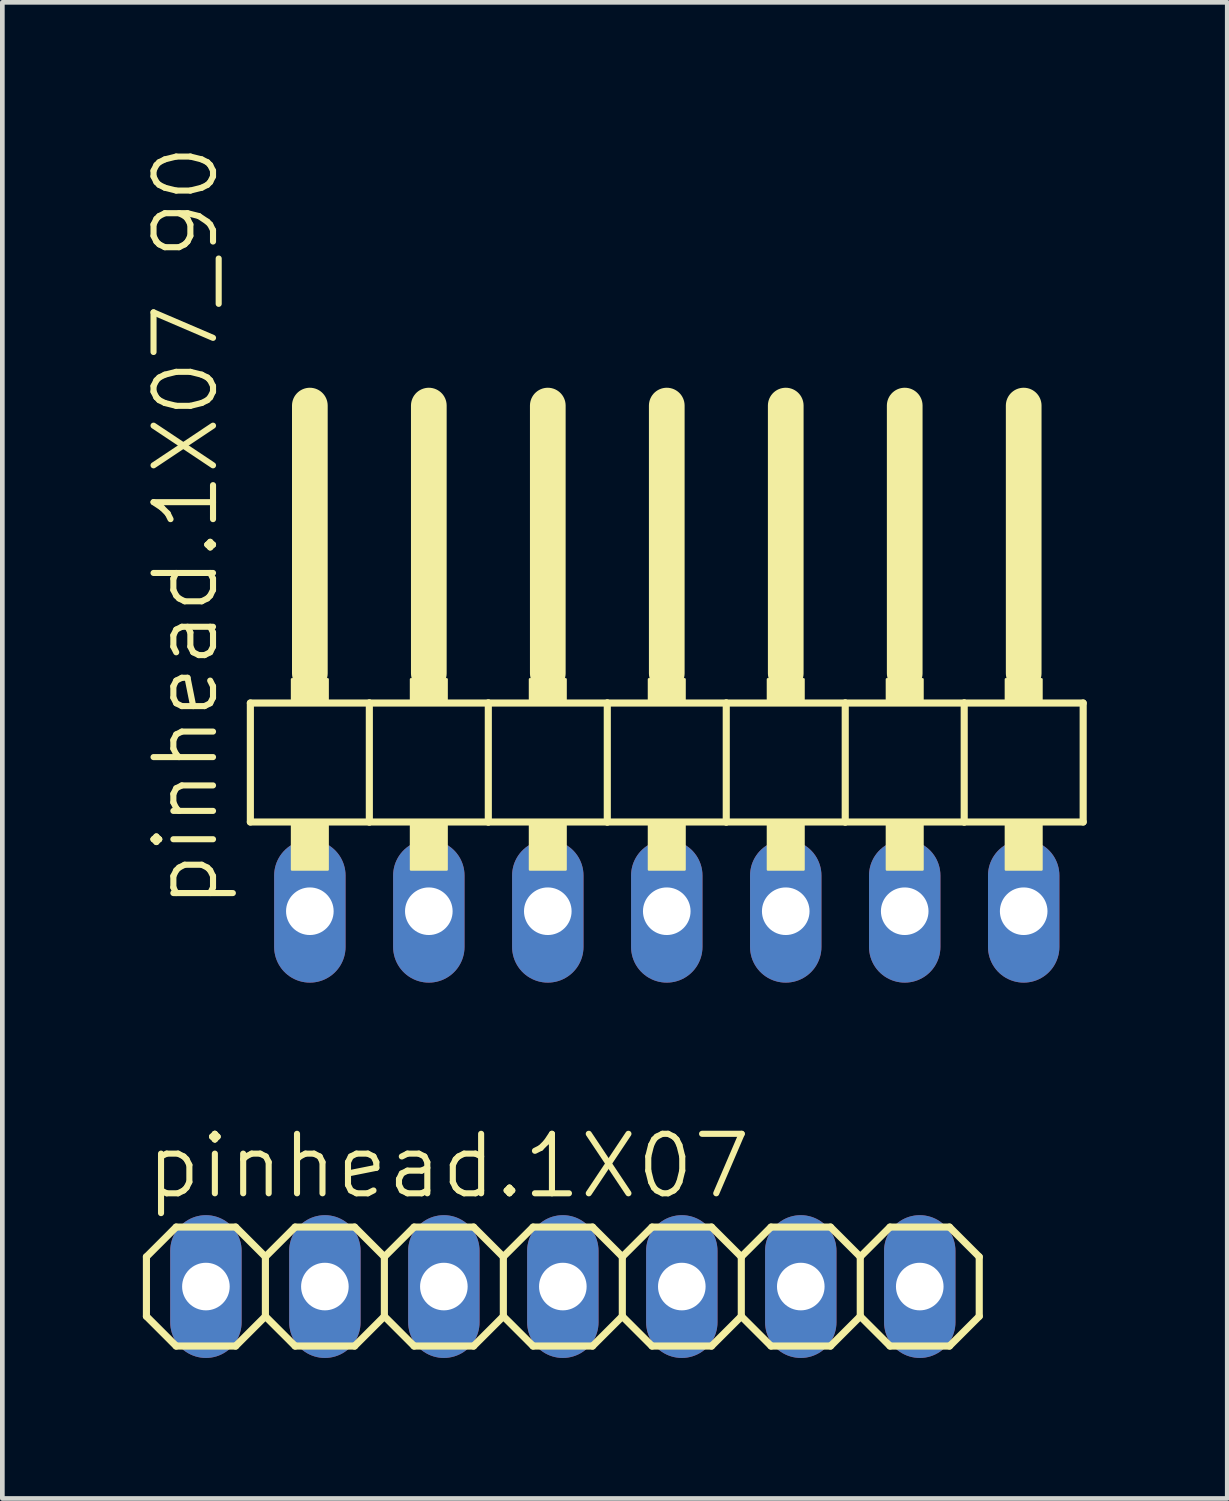
<source format=kicad_pcb>
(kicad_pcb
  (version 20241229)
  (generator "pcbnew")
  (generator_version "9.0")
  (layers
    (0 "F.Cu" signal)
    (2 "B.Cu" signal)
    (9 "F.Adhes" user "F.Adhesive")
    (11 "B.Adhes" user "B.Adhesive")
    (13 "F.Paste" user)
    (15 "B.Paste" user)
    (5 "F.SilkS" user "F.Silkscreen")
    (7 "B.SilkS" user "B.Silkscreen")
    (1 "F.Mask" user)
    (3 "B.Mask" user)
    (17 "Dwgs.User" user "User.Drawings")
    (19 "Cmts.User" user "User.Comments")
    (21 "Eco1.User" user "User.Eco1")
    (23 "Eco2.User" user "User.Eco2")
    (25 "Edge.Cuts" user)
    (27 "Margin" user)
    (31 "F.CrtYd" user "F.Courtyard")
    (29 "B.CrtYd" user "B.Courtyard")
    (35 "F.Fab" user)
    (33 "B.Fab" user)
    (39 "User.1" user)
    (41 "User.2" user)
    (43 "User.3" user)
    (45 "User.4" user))
  (footprint "pinhead.1X07_90"
    (layer "F.Cu")
    (at 11.185 12.594)
    (property "Reference" "pinhead.1X07_90" (at -9.525 3.81 90) (layer "F.SilkS") (effects (font (size 1.27 1.27) (thickness 0.13)) (justify left bottom)))
    (attr through_hole)
    (fp_line (start -8.89 -0.635) (end -8.89 1.905) (stroke (width 0.152) (type default)) (layer "F.SilkS"))
    (fp_line (start -8.89 1.905) (end -6.35 1.905) (stroke (width 0.152) (type default)) (layer "F.SilkS"))
    (fp_line (start -7.62 -6.985) (end -7.62 -1.27) (stroke (width 0.762) (type default)) (layer "F.SilkS"))
    (fp_line (start -6.35 -0.635) (end -8.89 -0.635) (stroke (width 0.152) (type default)) (layer "F.SilkS"))
    (fp_line (start -6.35 1.905) (end -6.35 -0.635) (stroke (width 0.152) (type default)) (layer "F.SilkS"))
    (fp_line (start -6.35 1.905) (end -3.81 1.905) (stroke (width 0.152) (type default)) (layer "F.SilkS"))
    (fp_line (start -5.08 -6.985) (end -5.08 -1.27) (stroke (width 0.762) (type default)) (layer "F.SilkS"))
    (fp_line (start -3.81 -0.635) (end -6.35 -0.635) (stroke (width 0.152) (type default)) (layer "F.SilkS"))
    (fp_line (start -3.81 1.905) (end -3.81 -0.635) (stroke (width 0.152) (type default)) (layer "F.SilkS"))
    (fp_line (start -3.81 1.905) (end -1.27 1.905) (stroke (width 0.152) (type default)) (layer "F.SilkS"))
    (fp_line (start -2.54 -6.985) (end -2.54 -1.27) (stroke (width 0.762) (type default)) (layer "F.SilkS"))
    (fp_line (start -1.27 -0.635) (end -3.81 -0.635) (stroke (width 0.152) (type default)) (layer "F.SilkS"))
    (fp_line (start -1.27 1.905) (end -1.27 -0.635) (stroke (width 0.152) (type default)) (layer "F.SilkS"))
    (fp_line (start -1.27 1.905) (end 1.27 1.905) (stroke (width 0.152) (type default)) (layer "F.SilkS"))
    (fp_line (start 0 -6.985) (end 0 -1.27) (stroke (width 0.762) (type default)) (layer "F.SilkS"))
    (fp_line (start 1.27 -0.635) (end -1.27 -0.635) (stroke (width 0.152) (type default)) (layer "F.SilkS"))
    (fp_line (start 1.27 1.905) (end 1.27 -0.635) (stroke (width 0.152) (type default)) (layer "F.SilkS"))
    (fp_line (start 1.27 1.905) (end 3.81 1.905) (stroke (width 0.152) (type default)) (layer "F.SilkS"))
    (fp_line (start 2.54 -6.985) (end 2.54 -1.27) (stroke (width 0.762) (type default)) (layer "F.SilkS"))
    (fp_line (start 3.81 -0.635) (end 1.27 -0.635) (stroke (width 0.152) (type default)) (layer "F.SilkS"))
    (fp_line (start 3.81 1.905) (end 3.81 -0.635) (stroke (width 0.152) (type default)) (layer "F.SilkS"))
    (fp_line (start 3.81 1.905) (end 6.35 1.905) (stroke (width 0.152) (type default)) (layer "F.SilkS"))
    (fp_line (start 5.08 -6.985) (end 5.08 -1.27) (stroke (width 0.762) (type default)) (layer "F.SilkS"))
    (fp_line (start 6.35 -0.635) (end 3.81 -0.635) (stroke (width 0.152) (type default)) (layer "F.SilkS"))
    (fp_line (start 6.35 1.905) (end 6.35 -0.635) (stroke (width 0.152) (type default)) (layer "F.SilkS"))
    (fp_line (start 6.35 1.905) (end 8.89 1.905) (stroke (width 0.152) (type default)) (layer "F.SilkS"))
    (fp_line (start 7.62 -6.985) (end 7.62 -1.27) (stroke (width 0.762) (type default)) (layer "F.SilkS"))
    (fp_line (start 8.89 -0.635) (end 6.35 -0.635) (stroke (width 0.152) (type default)) (layer "F.SilkS"))
    (fp_line (start 8.89 1.905) (end 8.89 -0.635) (stroke (width 0.152) (type default)) (layer "F.SilkS"))
    (fp_rect (start -8.001 -0.635) (end -7.239 -1.143) (stroke (width 0.05) (type default)) (fill yes) (layer "F.SilkS"))
    (fp_rect (start -8.001 2.921) (end -7.239 1.905) (stroke (width 0.05) (type default)) (fill yes) (layer "F.SilkS"))
    (fp_rect (start -5.461 -0.635) (end -4.699 -1.143) (stroke (width 0.05) (type default)) (fill yes) (layer "F.SilkS"))
    (fp_rect (start -5.461 2.921) (end -4.699 1.905) (stroke (width 0.05) (type default)) (fill yes) (layer "F.SilkS"))
    (fp_rect (start -2.921 -0.635) (end -2.159 -1.143) (stroke (width 0.05) (type default)) (fill yes) (layer "F.SilkS"))
    (fp_rect (start -2.921 2.921) (end -2.159 1.905) (stroke (width 0.05) (type default)) (fill yes) (layer "F.SilkS"))
    (fp_rect (start -0.381 -0.635) (end 0.381 -1.143) (stroke (width 0.05) (type default)) (fill yes) (layer "F.SilkS"))
    (fp_rect (start -0.381 2.921) (end 0.381 1.905) (stroke (width 0.05) (type default)) (fill yes) (layer "F.SilkS"))
    (fp_rect (start 2.159 -0.635) (end 2.921 -1.143) (stroke (width 0.05) (type default)) (fill yes) (layer "F.SilkS"))
    (fp_rect (start 2.159 2.921) (end 2.921 1.905) (stroke (width 0.05) (type default)) (fill yes) (layer "F.SilkS"))
    (fp_rect (start 4.699 -0.635) (end 5.461 -1.143) (stroke (width 0.05) (type default)) (fill yes) (layer "F.SilkS"))
    (fp_rect (start 4.699 2.921) (end 5.461 1.905) (stroke (width 0.05) (type default)) (fill yes) (layer "F.SilkS"))
    (fp_rect (start 7.239 -0.635) (end 8.001 -1.143) (stroke (width 0.05) (type default)) (fill yes) (layer "F.SilkS"))
    (fp_rect (start 7.239 2.921) (end 8.001 1.905) (stroke (width 0.05) (type default)) (fill yes) (layer "F.SilkS"))
    (pad "1" thru_hole oval (at -7.62 3.81 90) (size 3.048 1.524) (drill 1.016) (layers "*.Cu" "*.Mask"))
    (pad "2" thru_hole oval (at -5.08 3.81 90) (size 3.048 1.524) (drill 1.016) (layers "*.Cu" "*.Mask"))
    (pad "3" thru_hole oval (at -2.54 3.81 90) (size 3.048 1.524) (drill 1.016) (layers "*.Cu" "*.Mask"))
    (pad "4" thru_hole oval (at 0 3.81 90) (size 3.048 1.524) (drill 1.016) (layers "*.Cu" "*.Mask"))
    (pad "5" thru_hole oval (at 2.54 3.81 90) (size 3.048 1.524) (drill 1.016) (layers "*.Cu" "*.Mask"))
    (pad "6" thru_hole oval (at 5.08 3.81 90) (size 3.048 1.524) (drill 1.016) (layers "*.Cu" "*.Mask"))
    (pad "7" thru_hole oval (at 7.62 3.81 90) (size 3.048 1.524) (drill 1.016) (layers "*.Cu" "*.Mask")))
  (footprint "pinhead.1X07"
    (layer "F.Cu")
    (at 8.966 24.417)
    (property "Reference" "pinhead.1X07" (at -8.966 -1.829 0) (layer "F.SilkS") (effects (font (size 1.27 1.27) (thickness 0.13)) (justify left bottom)))
    (attr through_hole)
    (fp_line (start -8.89 -0.635) (end -8.89 0.635) (stroke (width 0.152) (type default)) (layer "F.SilkS"))
    (fp_line (start -8.89 0.635) (end -8.255 1.27) (stroke (width 0.152) (type default)) (layer "F.SilkS"))
    (fp_line (start -8.255 -1.27) (end -8.89 -0.635) (stroke (width 0.152) (type default)) (layer "F.SilkS"))
    (fp_line (start -8.255 -1.27) (end -6.985 -1.27) (stroke (width 0.152) (type default)) (layer "F.SilkS"))
    (fp_line (start -6.985 -1.27) (end -6.35 -0.635) (stroke (width 0.152) (type default)) (layer "F.SilkS"))
    (fp_line (start -6.985 1.27) (end -8.255 1.27) (stroke (width 0.152) (type default)) (layer "F.SilkS"))
    (fp_line (start -6.35 -0.635) (end -6.35 0.635) (stroke (width 0.152) (type default)) (layer "F.SilkS"))
    (fp_line (start -6.35 -0.635) (end -5.715 -1.27) (stroke (width 0.152) (type default)) (layer "F.SilkS"))
    (fp_line (start -6.35 0.635) (end -6.985 1.27) (stroke (width 0.152) (type default)) (layer "F.SilkS"))
    (fp_line (start -5.715 -1.27) (end -4.445 -1.27) (stroke (width 0.152) (type default)) (layer "F.SilkS"))
    (fp_line (start -5.715 1.27) (end -6.35 0.635) (stroke (width 0.152) (type default)) (layer "F.SilkS"))
    (fp_line (start -4.445 -1.27) (end -3.81 -0.635) (stroke (width 0.152) (type default)) (layer "F.SilkS"))
    (fp_line (start -4.445 1.27) (end -5.715 1.27) (stroke (width 0.152) (type default)) (layer "F.SilkS"))
    (fp_line (start -3.81 -0.635) (end -3.81 0.635) (stroke (width 0.152) (type default)) (layer "F.SilkS"))
    (fp_line (start -3.81 -0.635) (end -3.175 -1.27) (stroke (width 0.152) (type default)) (layer "F.SilkS"))
    (fp_line (start -3.81 0.635) (end -4.445 1.27) (stroke (width 0.152) (type default)) (layer "F.SilkS"))
    (fp_line (start -3.175 -1.27) (end -1.905 -1.27) (stroke (width 0.152) (type default)) (layer "F.SilkS"))
    (fp_line (start -3.175 1.27) (end -3.81 0.635) (stroke (width 0.152) (type default)) (layer "F.SilkS"))
    (fp_line (start -1.905 -1.27) (end -1.27 -0.635) (stroke (width 0.152) (type default)) (layer "F.SilkS"))
    (fp_line (start -1.905 1.27) (end -3.175 1.27) (stroke (width 0.152) (type default)) (layer "F.SilkS"))
    (fp_line (start -1.27 -0.635) (end -1.27 0.635) (stroke (width 0.152) (type default)) (layer "F.SilkS"))
    (fp_line (start -1.27 0.635) (end -1.905 1.27) (stroke (width 0.152) (type default)) (layer "F.SilkS"))
    (fp_line (start -1.27 0.635) (end -0.635 1.27) (stroke (width 0.152) (type default)) (layer "F.SilkS"))
    (fp_line (start -0.635 -1.27) (end -1.27 -0.635) (stroke (width 0.152) (type default)) (layer "F.SilkS"))
    (fp_line (start -0.635 -1.27) (end 0.635 -1.27) (stroke (width 0.152) (type default)) (layer "F.SilkS"))
    (fp_line (start 0.635 -1.27) (end 1.27 -0.635) (stroke (width 0.152) (type default)) (layer "F.SilkS"))
    (fp_line (start 0.635 1.27) (end -0.635 1.27) (stroke (width 0.152) (type default)) (layer "F.SilkS"))
    (fp_line (start 1.27 -0.635) (end 1.27 0.635) (stroke (width 0.152) (type default)) (layer "F.SilkS"))
    (fp_line (start 1.27 -0.635) (end 1.905 -1.27) (stroke (width 0.152) (type default)) (layer "F.SilkS"))
    (fp_line (start 1.27 0.635) (end 0.635 1.27) (stroke (width 0.152) (type default)) (layer "F.SilkS"))
    (fp_line (start 1.905 -1.27) (end 3.175 -1.27) (stroke (width 0.152) (type default)) (layer "F.SilkS"))
    (fp_line (start 1.905 1.27) (end 1.27 0.635) (stroke (width 0.152) (type default)) (layer "F.SilkS"))
    (fp_line (start 3.175 -1.27) (end 3.81 -0.635) (stroke (width 0.152) (type default)) (layer "F.SilkS"))
    (fp_line (start 3.175 1.27) (end 1.905 1.27) (stroke (width 0.152) (type default)) (layer "F.SilkS"))
    (fp_line (start 3.81 -0.635) (end 3.81 0.635) (stroke (width 0.152) (type default)) (layer "F.SilkS"))
    (fp_line (start 3.81 -0.635) (end 4.445 -1.27) (stroke (width 0.152) (type default)) (layer "F.SilkS"))
    (fp_line (start 3.81 0.635) (end 3.175 1.27) (stroke (width 0.152) (type default)) (layer "F.SilkS"))
    (fp_line (start 4.445 -1.27) (end 5.715 -1.27) (stroke (width 0.152) (type default)) (layer "F.SilkS"))
    (fp_line (start 4.445 1.27) (end 3.81 0.635) (stroke (width 0.152) (type default)) (layer "F.SilkS"))
    (fp_line (start 5.715 -1.27) (end 6.35 -0.635) (stroke (width 0.152) (type default)) (layer "F.SilkS"))
    (fp_line (start 5.715 1.27) (end 4.445 1.27) (stroke (width 0.152) (type default)) (layer "F.SilkS"))
    (fp_line (start 6.35 -0.635) (end 6.35 0.635) (stroke (width 0.152) (type default)) (layer "F.SilkS"))
    (fp_line (start 6.35 0.635) (end 5.715 1.27) (stroke (width 0.152) (type default)) (layer "F.SilkS"))
    (fp_line (start 6.35 0.635) (end 6.985 1.27) (stroke (width 0.152) (type default)) (layer "F.SilkS"))
    (fp_line (start 6.985 -1.27) (end 6.35 -0.635) (stroke (width 0.152) (type default)) (layer "F.SilkS"))
    (fp_line (start 6.985 -1.27) (end 8.255 -1.27) (stroke (width 0.152) (type default)) (layer "F.SilkS"))
    (fp_line (start 8.255 -1.27) (end 8.89 -0.635) (stroke (width 0.152) (type default)) (layer "F.SilkS"))
    (fp_line (start 8.255 1.27) (end 6.985 1.27) (stroke (width 0.152) (type default)) (layer "F.SilkS"))
    (fp_line (start 8.89 -0.635) (end 8.89 0.635) (stroke (width 0.152) (type default)) (layer "F.SilkS"))
    (fp_line (start 8.89 0.635) (end 8.255 1.27) (stroke (width 0.152) (type default)) (layer "F.SilkS"))
    (fp_rect (start -7.874 0.254) (end -7.366 -0.254) (stroke (width 0.05) (type default)) (fill no) (layer "F.Fab"))
    (fp_rect (start -5.334 0.254) (end -4.826 -0.254) (stroke (width 0.05) (type default)) (fill no) (layer "F.Fab"))
    (fp_rect (start -2.794 0.254) (end -2.286 -0.254) (stroke (width 0.05) (type default)) (fill no) (layer "F.Fab"))
    (fp_rect (start -0.254 0.254) (end 0.254 -0.254) (stroke (width 0.05) (type default)) (fill no) (layer "F.Fab"))
    (fp_rect (start 2.286 0.254) (end 2.794 -0.254) (stroke (width 0.05) (type default)) (fill no) (layer "F.Fab"))
    (fp_rect (start 4.826 0.254) (end 5.334 -0.254) (stroke (width 0.05) (type default)) (fill no) (layer "F.Fab"))
    (fp_rect (start 7.366 0.254) (end 7.874 -0.254) (stroke (width 0.05) (type default)) (fill no) (layer "F.Fab"))
    (pad "1" thru_hole oval (at -7.62 0 90) (size 3.048 1.524) (drill 1.016) (layers "*.Cu" "*.Mask"))
    (pad "2" thru_hole oval (at -5.08 0 90) (size 3.048 1.524) (drill 1.016) (layers "*.Cu" "*.Mask"))
    (pad "3" thru_hole oval (at -2.54 0 90) (size 3.048 1.524) (drill 1.016) (layers "*.Cu" "*.Mask"))
    (pad "4" thru_hole oval (at 0 0 90) (size 3.048 1.524) (drill 1.016) (layers "*.Cu" "*.Mask"))
    (pad "5" thru_hole oval (at 2.54 0 90) (size 3.048 1.524) (drill 1.016) (layers "*.Cu" "*.Mask"))
    (pad "6" thru_hole oval (at 5.08 0 90) (size 3.048 1.524) (drill 1.016) (layers "*.Cu" "*.Mask"))
    (pad "7" thru_hole oval (at 7.62 0 90) (size 3.048 1.524) (drill 1.016) (layers "*.Cu" "*.Mask")))
  (gr_rect
    (start -3 -3)
    (end 23.151 28.941)
    (stroke (width 0.1) (type default))
    (fill no)
    (layer "Edge.Cuts")))
</source>
